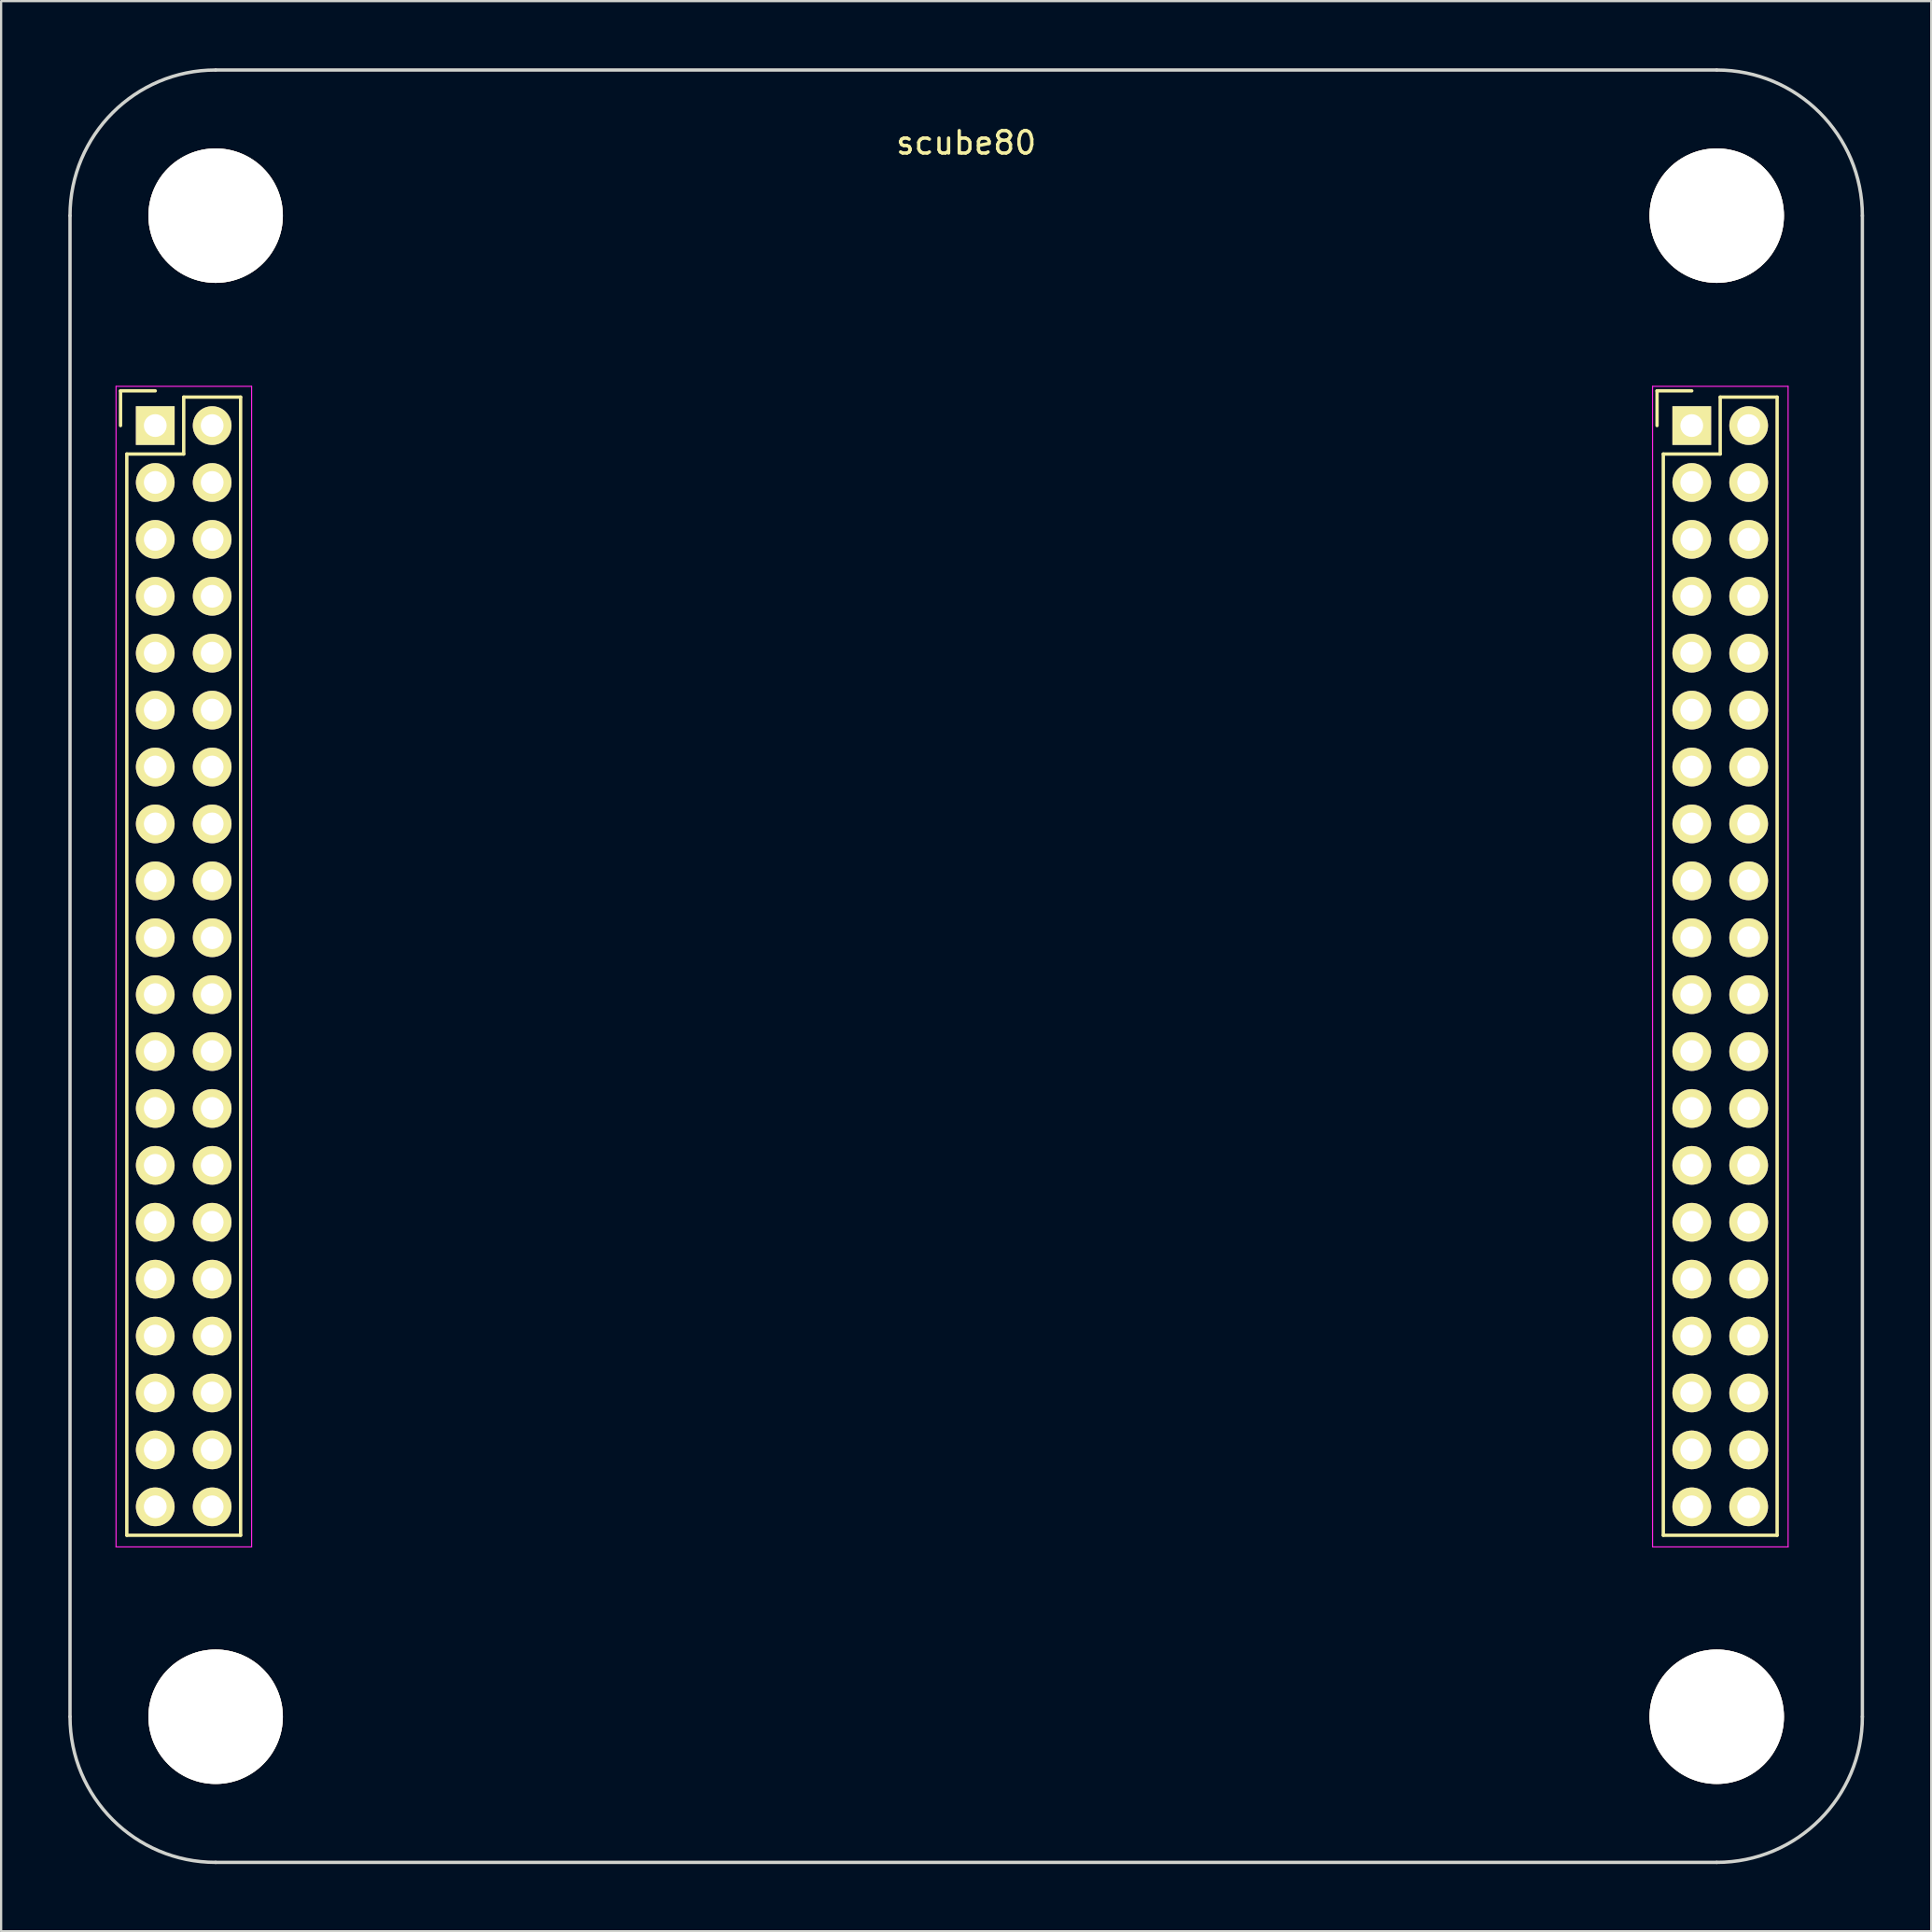
<source format=kicad_pcb>
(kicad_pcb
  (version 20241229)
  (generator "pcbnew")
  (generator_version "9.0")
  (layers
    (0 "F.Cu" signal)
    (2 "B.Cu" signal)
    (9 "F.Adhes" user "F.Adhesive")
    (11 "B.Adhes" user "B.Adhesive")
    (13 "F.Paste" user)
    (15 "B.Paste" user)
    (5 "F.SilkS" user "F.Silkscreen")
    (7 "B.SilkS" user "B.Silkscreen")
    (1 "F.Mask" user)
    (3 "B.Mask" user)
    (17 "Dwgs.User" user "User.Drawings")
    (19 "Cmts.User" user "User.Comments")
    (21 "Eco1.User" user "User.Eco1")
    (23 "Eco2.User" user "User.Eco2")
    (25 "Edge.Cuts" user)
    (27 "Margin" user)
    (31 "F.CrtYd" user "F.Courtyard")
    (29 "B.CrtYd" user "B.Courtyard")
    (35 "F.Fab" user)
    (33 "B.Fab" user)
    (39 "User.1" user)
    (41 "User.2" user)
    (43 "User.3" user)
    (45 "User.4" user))
  (footprint "scube80"
    (layer "F.Cu")
    (at 40.075 40.075)
    (property "Reference" "scube80" (at 0 -36.75 0) (layer "F.SilkS") (effects (font (size 1 1) (thickness 0.15))))
    (attr through_hole)
    (fp_line (start -37.745 -25.68) (end -37.745 -24.13) (stroke (width 0.15) (type solid)) (layer "F.SilkS"))
    (fp_line (start -37.465 -22.86) (end -37.465 25.4) (stroke (width 0.15) (type solid)) (layer "F.SilkS"))
    (fp_line (start -36.195 -25.68) (end -37.745 -25.68) (stroke (width 0.15) (type solid)) (layer "F.SilkS"))
    (fp_line (start -34.925 -25.4) (end -34.925 -22.86) (stroke (width 0.15) (type solid)) (layer "F.SilkS"))
    (fp_line (start -34.925 -22.86) (end -37.465 -22.86) (stroke (width 0.15) (type solid)) (layer "F.SilkS"))
    (fp_line (start -32.385 -25.4) (end -34.925 -25.4) (stroke (width 0.15) (type solid)) (layer "F.SilkS"))
    (fp_line (start -32.385 25.4) (end -37.465 25.4) (stroke (width 0.15) (type solid)) (layer "F.SilkS"))
    (fp_line (start -32.385 25.4) (end -32.385 -25.4) (stroke (width 0.15) (type solid)) (layer "F.SilkS"))
    (fp_line (start 30.835 -25.68) (end 30.835 -24.13) (stroke (width 0.15) (type solid)) (layer "F.SilkS"))
    (fp_line (start 31.115 -22.86) (end 31.115 25.4) (stroke (width 0.15) (type solid)) (layer "F.SilkS"))
    (fp_line (start 32.385 -25.68) (end 30.835 -25.68) (stroke (width 0.15) (type solid)) (layer "F.SilkS"))
    (fp_line (start 33.655 -25.4) (end 33.655 -22.86) (stroke (width 0.15) (type solid)) (layer "F.SilkS"))
    (fp_line (start 33.655 -22.86) (end 31.115 -22.86) (stroke (width 0.15) (type solid)) (layer "F.SilkS"))
    (fp_line (start 36.195 -25.4) (end 33.655 -25.4) (stroke (width 0.15) (type solid)) (layer "F.SilkS"))
    (fp_line (start 36.195 25.4) (end 31.115 25.4) (stroke (width 0.15) (type solid)) (layer "F.SilkS"))
    (fp_line (start 36.195 25.4) (end 36.195 -25.4) (stroke (width 0.15) (type solid)) (layer "F.SilkS"))
    (fp_line (start -40 33.5) (end -40 -33.5) (stroke (width 0.15) (type solid)) (layer "Edge.Cuts"))
    (fp_line (start -33.5 -40) (end 33.5 -40) (stroke (width 0.15) (type solid)) (layer "Edge.Cuts"))
    (fp_line (start 33.5 40) (end -33.5 40) (stroke (width 0.15) (type solid)) (layer "Edge.Cuts"))
    (fp_line (start 40 -33.5) (end 40 33.5) (stroke (width 0.15) (type solid)) (layer "Edge.Cuts"))
    (fp_arc (start -40 -33.5) (mid -38.096194 -38.096194) (end -33.5 -40) (stroke (width 0.15) (type solid)) (layer "Edge.Cuts"))
    (fp_arc (start -33.5 40) (mid -38.096194 38.096194) (end -40 33.5) (stroke (width 0.15) (type solid)) (layer "Edge.Cuts"))
    (fp_arc (start 33.5 -40) (mid 38.096194 -38.096194) (end 40 -33.5) (stroke (width 0.15) (type solid)) (layer "Edge.Cuts"))
    (fp_arc (start 40 33.5) (mid 38.096194 38.096194) (end 33.5 40) (stroke (width 0.15) (type solid)) (layer "Edge.Cuts"))
    (fp_line (start -37.945 -25.88) (end -37.945 25.92) (stroke (width 0.05) (type solid)) (layer "F.CrtYd"))
    (fp_line (start -37.945 -25.88) (end -31.895 -25.88) (stroke (width 0.05) (type solid)) (layer "F.CrtYd"))
    (fp_line (start -37.945 25.92) (end -31.895 25.92) (stroke (width 0.05) (type solid)) (layer "F.CrtYd"))
    (fp_line (start -31.895 -25.88) (end -31.895 25.92) (stroke (width 0.05) (type solid)) (layer "F.CrtYd"))
    (fp_line (start 30.635 -25.88) (end 30.635 25.92) (stroke (width 0.05) (type solid)) (layer "F.CrtYd"))
    (fp_line (start 30.635 -25.88) (end 36.685 -25.88) (stroke (width 0.05) (type solid)) (layer "F.CrtYd"))
    (fp_line (start 30.635 25.92) (end 36.685 25.92) (stroke (width 0.05) (type solid)) (layer "F.CrtYd"))
    (fp_line (start 36.685 -25.88) (end 36.685 25.92) (stroke (width 0.05) (type solid)) (layer "F.CrtYd"))
    (pad "" thru_hole circle (at -33.5 -33.5) (size 6 6) (drill 6) (layers "*.Cu" "*.Mask" "F.SilkS"))
    (pad "" thru_hole circle (at -33.5 33.5) (size 6 6) (drill 6) (layers "*.Cu" "*.Mask" "F.SilkS"))
    (pad "" thru_hole circle (at 33.5 -33.5) (size 6 6) (drill 6) (layers "*.Cu" "*.Mask" "F.SilkS"))
    (pad "" thru_hole circle (at 33.5 33.5) (size 6 6) (drill 6) (layers "*.Cu" "*.Mask" "F.SilkS"))
    (pad "1A" thru_hole rect (at 32.385 -24.13) (size 1.727 1.727) (drill 1.016) (layers "*.Cu" "*.Mask" "F.SilkS"))
    (pad "1B" thru_hole rect (at -36.195 -24.13) (size 1.727 1.727) (drill 1.016) (layers "*.Cu" "*.Mask" "F.SilkS"))
    (pad "2A" thru_hole oval (at 34.925 -24.13) (size 1.727 1.727) (drill 1.016) (layers "*.Cu" "*.Mask" "F.SilkS"))
    (pad "2B" thru_hole oval (at -33.655 -24.13) (size 1.727 1.727) (drill 1.016) (layers "*.Cu" "*.Mask" "F.SilkS"))
    (pad "3A" thru_hole oval (at 32.385 -21.59) (size 1.727 1.727) (drill 1.016) (layers "*.Cu" "*.Mask" "F.SilkS"))
    (pad "3B" thru_hole oval (at -36.195 -21.59) (size 1.727 1.727) (drill 1.016) (layers "*.Cu" "*.Mask" "F.SilkS"))
    (pad "4A" thru_hole oval (at 34.925 -21.59) (size 1.727 1.727) (drill 1.016) (layers "*.Cu" "*.Mask" "F.SilkS"))
    (pad "4B" thru_hole oval (at -33.655 -21.59) (size 1.727 1.727) (drill 1.016) (layers "*.Cu" "*.Mask" "F.SilkS"))
    (pad "5A" thru_hole oval (at 32.385 -19.05) (size 1.727 1.727) (drill 1.016) (layers "*.Cu" "*.Mask" "F.SilkS"))
    (pad "5B" thru_hole oval (at -36.195 -19.05) (size 1.727 1.727) (drill 1.016) (layers "*.Cu" "*.Mask" "F.SilkS"))
    (pad "6A" thru_hole oval (at 34.925 -19.05) (size 1.727 1.727) (drill 1.016) (layers "*.Cu" "*.Mask" "F.SilkS"))
    (pad "6B" thru_hole oval (at -33.655 -19.05) (size 1.727 1.727) (drill 1.016) (layers "*.Cu" "*.Mask" "F.SilkS"))
    (pad "7A" thru_hole oval (at 32.385 -16.51) (size 1.727 1.727) (drill 1.016) (layers "*.Cu" "*.Mask" "F.SilkS"))
    (pad "7B" thru_hole oval (at -36.195 -16.51) (size 1.727 1.727) (drill 1.016) (layers "*.Cu" "*.Mask" "F.SilkS"))
    (pad "8A" thru_hole oval (at 34.925 -16.51) (size 1.727 1.727) (drill 1.016) (layers "*.Cu" "*.Mask" "F.SilkS"))
    (pad "8B" thru_hole oval (at -33.655 -16.51) (size 1.727 1.727) (drill 1.016) (layers "*.Cu" "*.Mask" "F.SilkS"))
    (pad "9A" thru_hole oval (at 32.385 -13.97) (size 1.727 1.727) (drill 1.016) (layers "*.Cu" "*.Mask" "F.SilkS"))
    (pad "9B" thru_hole oval (at -36.195 -13.97) (size 1.727 1.727) (drill 1.016) (layers "*.Cu" "*.Mask" "F.SilkS"))
    (pad "10A" thru_hole oval (at 34.925 -13.97) (size 1.727 1.727) (drill 1.016) (layers "*.Cu" "*.Mask" "F.SilkS"))
    (pad "10B" thru_hole oval (at -33.655 -13.97) (size 1.727 1.727) (drill 1.016) (layers "*.Cu" "*.Mask" "F.SilkS"))
    (pad "11A" thru_hole oval (at 32.385 -11.43) (size 1.727 1.727) (drill 1.016) (layers "*.Cu" "*.Mask" "F.SilkS"))
    (pad "11B" thru_hole oval (at -36.195 -11.43) (size 1.727 1.727) (drill 1.016) (layers "*.Cu" "*.Mask" "F.SilkS"))
    (pad "12A" thru_hole oval (at 34.925 -11.43) (size 1.727 1.727) (drill 1.016) (layers "*.Cu" "*.Mask" "F.SilkS"))
    (pad "12B" thru_hole oval (at -33.655 -11.43) (size 1.727 1.727) (drill 1.016) (layers "*.Cu" "*.Mask" "F.SilkS"))
    (pad "13A" thru_hole oval (at 32.385 -8.89) (size 1.727 1.727) (drill 1.016) (layers "*.Cu" "*.Mask" "F.SilkS"))
    (pad "13B" thru_hole oval (at -36.195 -8.89) (size 1.727 1.727) (drill 1.016) (layers "*.Cu" "*.Mask" "F.SilkS"))
    (pad "14A" thru_hole oval (at 34.925 -8.89) (size 1.727 1.727) (drill 1.016) (layers "*.Cu" "*.Mask" "F.SilkS"))
    (pad "14B" thru_hole oval (at -33.655 -8.89) (size 1.727 1.727) (drill 1.016) (layers "*.Cu" "*.Mask" "F.SilkS"))
    (pad "15A" thru_hole oval (at 32.385 -6.35) (size 1.727 1.727) (drill 1.016) (layers "*.Cu" "*.Mask" "F.SilkS"))
    (pad "15B" thru_hole oval (at -36.195 -6.35) (size 1.727 1.727) (drill 1.016) (layers "*.Cu" "*.Mask" "F.SilkS"))
    (pad "16A" thru_hole oval (at 34.925 -6.35) (size 1.727 1.727) (drill 1.016) (layers "*.Cu" "*.Mask" "F.SilkS"))
    (pad "16B" thru_hole oval (at -33.655 -6.35) (size 1.727 1.727) (drill 1.016) (layers "*.Cu" "*.Mask" "F.SilkS"))
    (pad "17A" thru_hole oval (at 32.385 -3.81) (size 1.727 1.727) (drill 1.016) (layers "*.Cu" "*.Mask" "F.SilkS"))
    (pad "17B" thru_hole oval (at -36.195 -3.81) (size 1.727 1.727) (drill 1.016) (layers "*.Cu" "*.Mask" "F.SilkS"))
    (pad "18A" thru_hole oval (at 34.925 -3.81) (size 1.727 1.727) (drill 1.016) (layers "*.Cu" "*.Mask" "F.SilkS"))
    (pad "18B" thru_hole oval (at -33.655 -3.81) (size 1.727 1.727) (drill 1.016) (layers "*.Cu" "*.Mask" "F.SilkS"))
    (pad "19A" thru_hole oval (at 32.385 -1.27) (size 1.727 1.727) (drill 1.016) (layers "*.Cu" "*.Mask" "F.SilkS"))
    (pad "19B" thru_hole oval (at -36.195 -1.27) (size 1.727 1.727) (drill 1.016) (layers "*.Cu" "*.Mask" "F.SilkS"))
    (pad "20A" thru_hole oval (at 34.925 -1.27) (size 1.727 1.727) (drill 1.016) (layers "*.Cu" "*.Mask" "F.SilkS"))
    (pad "20B" thru_hole oval (at -33.655 -1.27) (size 1.727 1.727) (drill 1.016) (layers "*.Cu" "*.Mask" "F.SilkS"))
    (pad "21A" thru_hole oval (at 32.385 1.27) (size 1.727 1.727) (drill 1.016) (layers "*.Cu" "*.Mask" "F.SilkS"))
    (pad "21B" thru_hole oval (at -36.195 1.27) (size 1.727 1.727) (drill 1.016) (layers "*.Cu" "*.Mask" "F.SilkS"))
    (pad "22A" thru_hole oval (at 34.925 1.27) (size 1.727 1.727) (drill 1.016) (layers "*.Cu" "*.Mask" "F.SilkS"))
    (pad "22B" thru_hole oval (at -33.655 1.27) (size 1.727 1.727) (drill 1.016) (layers "*.Cu" "*.Mask" "F.SilkS"))
    (pad "23A" thru_hole oval (at 32.385 3.81) (size 1.727 1.727) (drill 1.016) (layers "*.Cu" "*.Mask" "F.SilkS"))
    (pad "23B" thru_hole oval (at -36.195 3.81) (size 1.727 1.727) (drill 1.016) (layers "*.Cu" "*.Mask" "F.SilkS"))
    (pad "24A" thru_hole oval (at 34.925 3.81) (size 1.727 1.727) (drill 1.016) (layers "*.Cu" "*.Mask" "F.SilkS"))
    (pad "24B" thru_hole oval (at -33.655 3.81) (size 1.727 1.727) (drill 1.016) (layers "*.Cu" "*.Mask" "F.SilkS"))
    (pad "25A" thru_hole oval (at 32.385 6.35) (size 1.727 1.727) (drill 1.016) (layers "*.Cu" "*.Mask" "F.SilkS"))
    (pad "25B" thru_hole oval (at -36.195 6.35) (size 1.727 1.727) (drill 1.016) (layers "*.Cu" "*.Mask" "F.SilkS"))
    (pad "26A" thru_hole oval (at 34.925 6.35) (size 1.727 1.727) (drill 1.016) (layers "*.Cu" "*.Mask" "F.SilkS"))
    (pad "26B" thru_hole oval (at -33.655 6.35) (size 1.727 1.727) (drill 1.016) (layers "*.Cu" "*.Mask" "F.SilkS"))
    (pad "27A" thru_hole oval (at 32.385 8.89) (size 1.727 1.727) (drill 1.016) (layers "*.Cu" "*.Mask" "F.SilkS"))
    (pad "27B" thru_hole oval (at -36.195 8.89) (size 1.727 1.727) (drill 1.016) (layers "*.Cu" "*.Mask" "F.SilkS"))
    (pad "28A" thru_hole oval (at 34.925 8.89) (size 1.727 1.727) (drill 1.016) (layers "*.Cu" "*.Mask" "F.SilkS"))
    (pad "28B" thru_hole oval (at -33.655 8.89) (size 1.727 1.727) (drill 1.016) (layers "*.Cu" "*.Mask" "F.SilkS"))
    (pad "29A" thru_hole oval (at 32.385 11.43) (size 1.727 1.727) (drill 1.016) (layers "*.Cu" "*.Mask" "F.SilkS"))
    (pad "29B" thru_hole oval (at -36.195 11.43) (size 1.727 1.727) (drill 1.016) (layers "*.Cu" "*.Mask" "F.SilkS"))
    (pad "30A" thru_hole oval (at 34.925 11.43) (size 1.727 1.727) (drill 1.016) (layers "*.Cu" "*.Mask" "F.SilkS"))
    (pad "30B" thru_hole oval (at -33.655 11.43) (size 1.727 1.727) (drill 1.016) (layers "*.Cu" "*.Mask" "F.SilkS"))
    (pad "31A" thru_hole oval (at 32.385 13.97) (size 1.727 1.727) (drill 1.016) (layers "*.Cu" "*.Mask" "F.SilkS"))
    (pad "31B" thru_hole oval (at -36.195 13.97) (size 1.727 1.727) (drill 1.016) (layers "*.Cu" "*.Mask" "F.SilkS"))
    (pad "32A" thru_hole oval (at 34.925 13.97) (size 1.727 1.727) (drill 1.016) (layers "*.Cu" "*.Mask" "F.SilkS"))
    (pad "32B" thru_hole oval (at -33.655 13.97) (size 1.727 1.727) (drill 1.016) (layers "*.Cu" "*.Mask" "F.SilkS"))
    (pad "33A" thru_hole oval (at 32.385 16.51) (size 1.727 1.727) (drill 1.016) (layers "*.Cu" "*.Mask" "F.SilkS"))
    (pad "33B" thru_hole oval (at -36.195 16.51) (size 1.727 1.727) (drill 1.016) (layers "*.Cu" "*.Mask" "F.SilkS"))
    (pad "34A" thru_hole oval (at 34.925 16.51) (size 1.727 1.727) (drill 1.016) (layers "*.Cu" "*.Mask" "F.SilkS"))
    (pad "34B" thru_hole oval (at -33.655 16.51) (size 1.727 1.727) (drill 1.016) (layers "*.Cu" "*.Mask" "F.SilkS"))
    (pad "35A" thru_hole oval (at 32.385 19.05) (size 1.727 1.727) (drill 1.016) (layers "*.Cu" "*.Mask" "F.SilkS"))
    (pad "35B" thru_hole oval (at -36.195 19.05) (size 1.727 1.727) (drill 1.016) (layers "*.Cu" "*.Mask" "F.SilkS"))
    (pad "36A" thru_hole oval (at 34.925 19.05) (size 1.727 1.727) (drill 1.016) (layers "*.Cu" "*.Mask" "F.SilkS"))
    (pad "36B" thru_hole oval (at -33.655 19.05) (size 1.727 1.727) (drill 1.016) (layers "*.Cu" "*.Mask" "F.SilkS"))
    (pad "37A" thru_hole oval (at 32.385 21.59) (size 1.727 1.727) (drill 1.016) (layers "*.Cu" "*.Mask" "F.SilkS"))
    (pad "37B" thru_hole oval (at -36.195 21.59) (size 1.727 1.727) (drill 1.016) (layers "*.Cu" "*.Mask" "F.SilkS"))
    (pad "38A" thru_hole oval (at 34.925 21.59) (size 1.727 1.727) (drill 1.016) (layers "*.Cu" "*.Mask" "F.SilkS"))
    (pad "38B" thru_hole oval (at -33.655 21.59) (size 1.727 1.727) (drill 1.016) (layers "*.Cu" "*.Mask" "F.SilkS"))
    (pad "39A" thru_hole oval (at 32.385 24.13) (size 1.727 1.727) (drill 1.016) (layers "*.Cu" "*.Mask" "F.SilkS"))
    (pad "39B" thru_hole oval (at -36.195 24.13) (size 1.727 1.727) (drill 1.016) (layers "*.Cu" "*.Mask" "F.SilkS"))
    (pad "40A" thru_hole oval (at 34.925 24.13) (size 1.727 1.727) (drill 1.016) (layers "*.Cu" "*.Mask" "F.SilkS"))
    (pad "40B" thru_hole oval (at -33.655 24.13) (size 1.727 1.727) (drill 1.016) (layers "*.Cu" "*.Mask" "F.SilkS")))
  (gr_rect
    (start -3 -3)
    (end 83.15 83.15)
    (stroke (width 0.1) (type default))
    (fill no)
    (layer "Edge.Cuts")))
</source>
